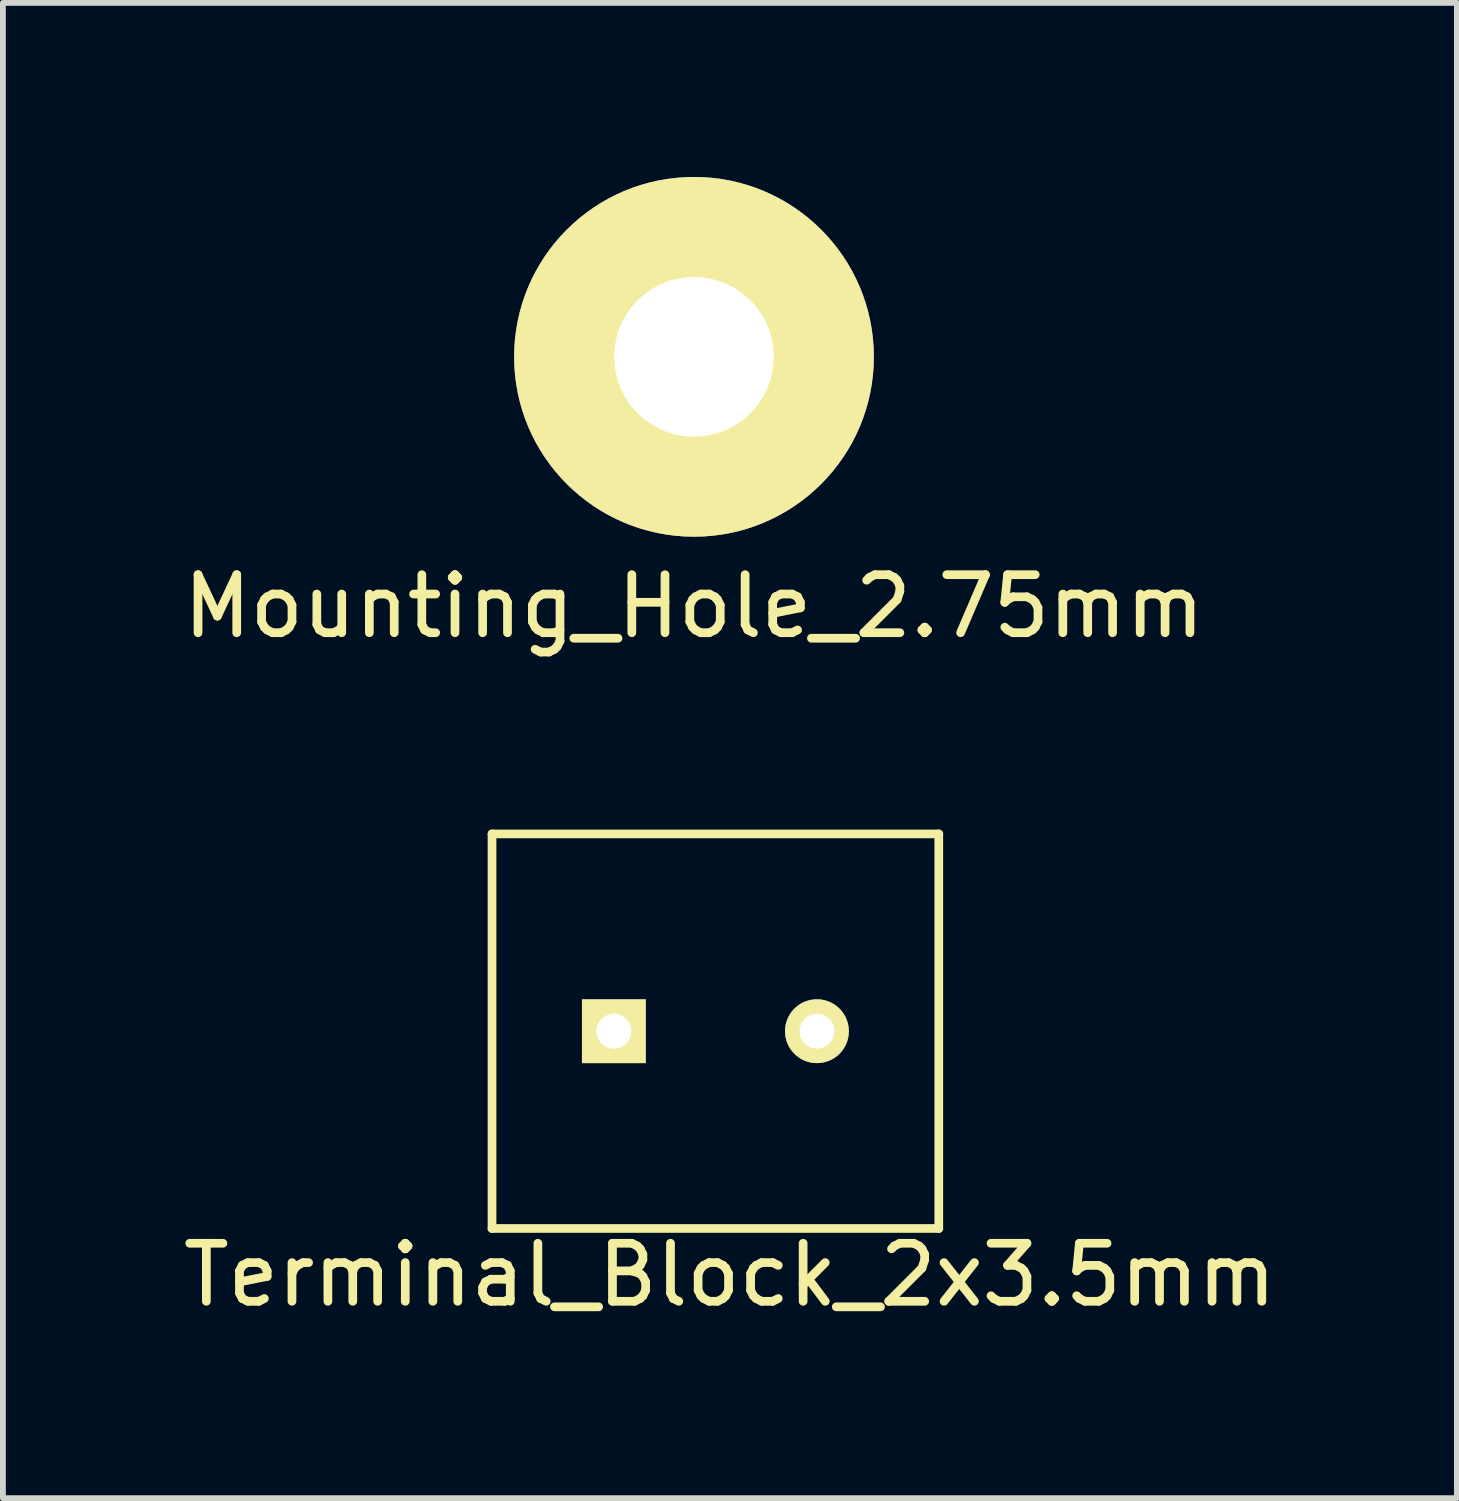
<source format=kicad_pcb>
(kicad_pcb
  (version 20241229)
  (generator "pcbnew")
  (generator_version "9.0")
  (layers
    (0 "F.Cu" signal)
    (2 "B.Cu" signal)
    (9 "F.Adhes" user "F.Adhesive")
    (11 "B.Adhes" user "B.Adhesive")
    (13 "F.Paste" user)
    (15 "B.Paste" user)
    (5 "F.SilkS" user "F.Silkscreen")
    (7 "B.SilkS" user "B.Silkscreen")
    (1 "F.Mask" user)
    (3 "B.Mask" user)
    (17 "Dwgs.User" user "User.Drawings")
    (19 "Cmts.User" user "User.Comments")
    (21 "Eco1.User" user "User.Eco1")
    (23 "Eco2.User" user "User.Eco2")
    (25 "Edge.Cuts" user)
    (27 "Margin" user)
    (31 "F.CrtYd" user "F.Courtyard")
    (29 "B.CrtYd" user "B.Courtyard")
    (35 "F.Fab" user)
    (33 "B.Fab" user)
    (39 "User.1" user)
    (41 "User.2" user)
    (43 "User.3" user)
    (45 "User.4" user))
  (footprint "Mounting_Hole_2.75mm"
    (layer "F.Cu")
    (at 8.911 3.1)
    (property "Reference" "Mounting_Hole_2.75mm" (at 0 4.3 0) (layer "F.SilkS") (effects (font (size 1 1) (thickness 0.15))))
    (attr through_hole)
    (pad "1" thru_hole circle (at 0 0) (size 6.2 6.2) (drill 2.75) (layers "*.Cu" "*.Mask" "F.SilkS")))
  (footprint "Terminal_Block_2x3.5mm"
    (layer "F.Cu")
    (at 7.53 14.723)
    (property "Reference" "Terminal_Block_2x3.5mm" (at 2 4.2 0) (layer "F.SilkS") (effects (font (size 1 1) (thickness 0.15))))
    (attr through_hole)
    (fp_line (start -2.1 -3.4) (end -2.1 3.4) (stroke (width 0.15) (type solid)) (layer "F.SilkS"))
    (fp_line (start -2.1 -3.4) (end 5.6 -3.4) (stroke (width 0.15) (type solid)) (layer "F.SilkS"))
    (fp_line (start 5.6 -3.4) (end 5.6 3.4) (stroke (width 0.15) (type solid)) (layer "F.SilkS"))
    (fp_line (start 5.6 3.4) (end -2.1 3.4) (stroke (width 0.15) (type solid)) (layer "F.SilkS"))
    (pad "1" thru_hole rect (at 0 0) (size 1.1 1.1) (drill 0.6) (layers "*.Cu" "*.Mask" "F.SilkS"))
    (pad "2" thru_hole circle (at 3.5 0) (size 1.1 1.1) (drill 0.6) (layers "*.Cu" "*.Mask" "F.SilkS")))
  (gr_rect
    (start -3 -3)
    (end 22.06 22.771)
    (stroke (width 0.1) (type default))
    (fill no)
    (layer "Edge.Cuts")))
</source>
